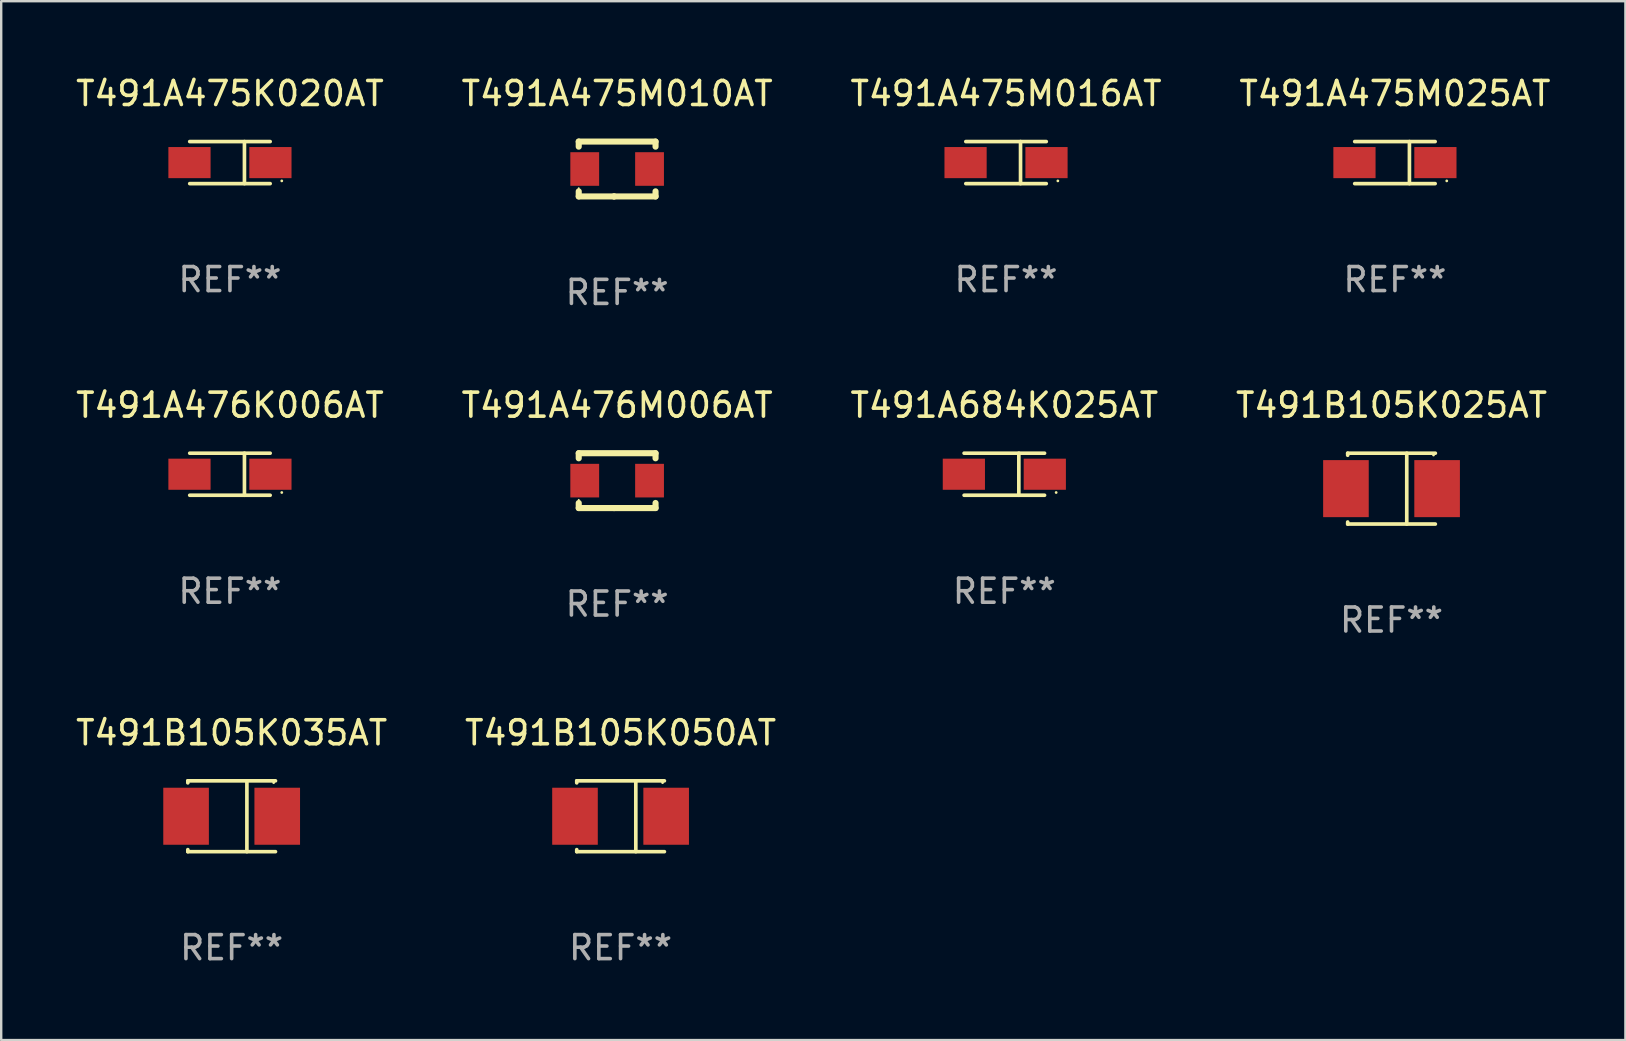
<source format=kicad_pcb>
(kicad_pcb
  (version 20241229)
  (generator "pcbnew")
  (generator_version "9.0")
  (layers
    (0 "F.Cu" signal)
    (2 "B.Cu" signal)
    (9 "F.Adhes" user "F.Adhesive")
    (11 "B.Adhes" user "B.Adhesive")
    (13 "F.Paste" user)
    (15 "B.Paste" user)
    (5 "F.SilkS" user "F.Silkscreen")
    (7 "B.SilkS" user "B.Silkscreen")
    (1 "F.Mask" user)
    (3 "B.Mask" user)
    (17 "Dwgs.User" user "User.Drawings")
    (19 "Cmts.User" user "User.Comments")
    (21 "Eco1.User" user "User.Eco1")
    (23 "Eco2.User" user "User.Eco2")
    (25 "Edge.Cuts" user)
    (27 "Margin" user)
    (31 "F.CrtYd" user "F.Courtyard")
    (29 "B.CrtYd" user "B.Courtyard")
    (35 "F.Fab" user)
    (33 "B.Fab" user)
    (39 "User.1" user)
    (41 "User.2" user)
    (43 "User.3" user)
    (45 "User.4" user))
  (footprint "T491B105K025AT"
    (layer "F.Cu")
    (at 54.923 17.307)
    (property "Reference" "T491B105K025AT" (at 0 -3.476 0) (layer "F.SilkS") (effects (font (size 1 1) (thickness 0.15))))
    (attr through_hole)
    (fp_line (start -1.826 -1.476) (end -1.826 -1.391) (stroke (width 0.152) (type solid)) (layer "F.SilkS"))
    (fp_line (start -1.826 -1.476) (end 1.826 -1.476) (stroke (width 0.152) (type solid)) (layer "F.SilkS"))
    (fp_line (start -1.826 1.476) (end -1.826 1.391) (stroke (width 0.152) (type solid)) (layer "F.SilkS"))
    (fp_line (start -1.826 1.476) (end 1.826 1.476) (stroke (width 0.152) (type solid)) (layer "F.SilkS"))
    (fp_line (start 0.635 -1.476) (end 0.635 1.476) (stroke (width 0.152) (type solid)) (layer "F.SilkS"))
    (fp_circle (center 1.75 -1.4) (end 1.78 -1.4) (stroke (width 0.06) (type solid)) (fill no) (layer "F.SilkS"))
    (fp_text user "REF**" (at 0 5.476 0) (layer "F.Fab") (effects (font (size 1 1) (thickness 0.15))))
    (pad "1" smd rect (at 1.899 0) (size 1.9 2.376) (layers "F.Cu" "F.Mask" "F.Paste"))
    (pad "2" smd rect (at -1.899 0) (size 1.9 2.376) (layers "F.Cu" "F.Mask" "F.Paste")))
  (footprint "T491A476M006AT"
    (layer "F.Cu")
    (at 22.661 16.974)
    (property "Reference" "T491A476M006AT" (at 0 -3.143 0) (layer "F.SilkS") (effects (font (size 1 1) (thickness 0.15))))
    (attr through_hole)
    (fp_line (start -1.6 1.143) (end -0.128 1.143) (stroke (width 0.254) (type solid)) (layer "F.SilkS"))
    (fp_line (start -1.6 -1.143) (end -1.6 -0.931) (stroke (width 0.254) (type solid)) (layer "F.SilkS"))
    (fp_line (start -1.6 -1.143) (end 1.6 -1.143) (stroke (width 0.254) (type solid)) (layer "F.SilkS"))
    (fp_line (start -1.6 0.931) (end -1.6 1.143) (stroke (width 0.254) (type solid)) (layer "F.SilkS"))
    (fp_line (start -0.128 1.143) (end -0.128 1.143) (stroke (width 0.254) (type solid)) (layer "F.SilkS"))
    (fp_line (start -0.128 1.143) (end 1.6 1.143) (stroke (width 0.254) (type solid)) (layer "F.SilkS"))
    (fp_line (start 1.6 -1.143) (end 1.6 -0.931) (stroke (width 0.254) (type solid)) (layer "F.SilkS"))
    (fp_line (start 1.6 0.931) (end 1.6 1.143) (stroke (width 0.254) (type solid)) (layer "F.SilkS"))
    (fp_circle (center -1.6 0.8) (end -1.58 0.8) (stroke (width 0.04) (type solid)) (fill no) (layer "F.SilkS"))
    (fp_text user "REF**" (at 0 5.143 0) (layer "F.Fab") (effects (font (size 1 1) (thickness 0.15))))
    (pad "1" smd rect (at -1.35 0) (size 1.2 1.4) (layers "F.Cu" "F.Mask" "F.Paste"))
    (pad "2" smd rect (at 1.35 0) (size 1.2 1.4) (layers "F.Cu" "F.Mask" "F.Paste")))
  (footprint "T491A475M010AT"
    (layer "F.Cu")
    (at 22.661 3.991)
    (property "Reference" "T491A475M010AT" (at 0 -3.143 0) (layer "F.SilkS") (effects (font (size 1 1) (thickness 0.15))))
    (attr through_hole)
    (fp_line (start -1.6 1.143) (end -0.128 1.143) (stroke (width 0.254) (type solid)) (layer "F.SilkS"))
    (fp_line (start -1.6 -1.143) (end -1.6 -0.931) (stroke (width 0.254) (type solid)) (layer "F.SilkS"))
    (fp_line (start -1.6 -1.143) (end 1.6 -1.143) (stroke (width 0.254) (type solid)) (layer "F.SilkS"))
    (fp_line (start -1.6 0.931) (end -1.6 1.143) (stroke (width 0.254) (type solid)) (layer "F.SilkS"))
    (fp_line (start -0.128 1.143) (end -0.128 1.143) (stroke (width 0.254) (type solid)) (layer "F.SilkS"))
    (fp_line (start -0.128 1.143) (end 1.6 1.143) (stroke (width 0.254) (type solid)) (layer "F.SilkS"))
    (fp_line (start 1.6 -1.143) (end 1.6 -0.931) (stroke (width 0.254) (type solid)) (layer "F.SilkS"))
    (fp_line (start 1.6 0.931) (end 1.6 1.143) (stroke (width 0.254) (type solid)) (layer "F.SilkS"))
    (fp_circle (center -1.6 0.8) (end -1.58 0.8) (stroke (width 0.04) (type solid)) (fill no) (layer "F.SilkS"))
    (fp_text user "REF**" (at 0 5.143 0) (layer "F.Fab") (effects (font (size 1 1) (thickness 0.15))))
    (pad "1" smd rect (at -1.35 0) (size 1.2 1.4) (layers "F.Cu" "F.Mask" "F.Paste"))
    (pad "2" smd rect (at 1.35 0) (size 1.2 1.4) (layers "F.Cu" "F.Mask" "F.Paste")))
  (footprint "T491B105K035AT"
    (layer "F.Cu")
    (at 6.601 30.956)
    (property "Reference" "T491B105K035AT" (at 0 -3.476 0) (layer "F.SilkS") (effects (font (size 1 1) (thickness 0.15))))
    (attr through_hole)
    (fp_line (start -1.826 -1.476) (end -1.826 -1.391) (stroke (width 0.152) (type solid)) (layer "F.SilkS"))
    (fp_line (start -1.826 -1.476) (end 1.826 -1.476) (stroke (width 0.152) (type solid)) (layer "F.SilkS"))
    (fp_line (start -1.826 1.476) (end -1.826 1.391) (stroke (width 0.152) (type solid)) (layer "F.SilkS"))
    (fp_line (start -1.826 1.476) (end 1.826 1.476) (stroke (width 0.152) (type solid)) (layer "F.SilkS"))
    (fp_line (start 0.635 -1.476) (end 0.635 1.476) (stroke (width 0.152) (type solid)) (layer "F.SilkS"))
    (fp_circle (center 1.75 -1.4) (end 1.78 -1.4) (stroke (width 0.06) (type solid)) (fill no) (layer "F.SilkS"))
    (fp_text user "REF**" (at 0 5.476 0) (layer "F.Fab") (effects (font (size 1 1) (thickness 0.15))))
    (pad "1" smd rect (at 1.899 0) (size 1.9 2.376) (layers "F.Cu" "F.Mask" "F.Paste"))
    (pad "2" smd rect (at -1.899 0) (size 1.9 2.376) (layers "F.Cu" "F.Mask" "F.Paste")))
  (footprint "T491A475M025AT"
    (layer "F.Cu")
    (at 55.065 3.724)
    (property "Reference" "T491A475M025AT" (at 0 -2.876 0) (layer "F.SilkS") (effects (font (size 1 1) (thickness 0.15))))
    (attr through_hole)
    (fp_line (start -1.676 -0.876) (end 1.676 -0.876) (stroke (width 0.152) (type solid)) (layer "F.SilkS"))
    (fp_line (start -1.676 0.876) (end 1.676 0.876) (stroke (width 0.152) (type solid)) (layer "F.SilkS"))
    (fp_line (start 0.604 -0.876) (end 0.604 0.876) (stroke (width 0.152) (type solid)) (layer "F.SilkS"))
    (fp_circle (center 2.159 0.762) (end 2.189 0.762) (stroke (width 0.06) (type solid)) (fill no) (layer "F.SilkS"))
    (fp_text user "REF**" (at 0 4.876 0) (layer "F.Fab") (effects (font (size 1 1) (thickness 0.15))))
    (pad "1" smd rect (at 1.686 0) (size 1.758 1.296) (layers "F.Cu" "F.Mask" "F.Paste"))
    (pad "2" smd rect (at -1.686 0) (size 1.758 1.296) (layers "F.Cu" "F.Mask" "F.Paste")))
  (footprint "T491A475M016AT"
    (layer "F.Cu")
    (at 38.863 3.724)
    (property "Reference" "T491A475M016AT" (at 0 -2.876 0) (layer "F.SilkS") (effects (font (size 1 1) (thickness 0.15))))
    (attr through_hole)
    (fp_line (start -1.676 -0.876) (end 1.676 -0.876) (stroke (width 0.152) (type solid)) (layer "F.SilkS"))
    (fp_line (start -1.676 0.876) (end 1.676 0.876) (stroke (width 0.152) (type solid)) (layer "F.SilkS"))
    (fp_line (start 0.604 -0.876) (end 0.604 0.876) (stroke (width 0.152) (type solid)) (layer "F.SilkS"))
    (fp_circle (center 2.159 0.762) (end 2.189 0.762) (stroke (width 0.06) (type solid)) (fill no) (layer "F.SilkS"))
    (fp_text user "REF**" (at 0 4.876 0) (layer "F.Fab") (effects (font (size 1 1) (thickness 0.15))))
    (pad "1" smd rect (at 1.686 0) (size 1.758 1.296) (layers "F.Cu" "F.Mask" "F.Paste"))
    (pad "2" smd rect (at -1.686 0) (size 1.758 1.296) (layers "F.Cu" "F.Mask" "F.Paste")))
  (footprint "T491B105K050AT"
    (layer "F.Cu")
    (at 22.804 30.956)
    (property "Reference" "T491B105K050AT" (at 0 -3.476 0) (layer "F.SilkS") (effects (font (size 1 1) (thickness 0.15))))
    (attr through_hole)
    (fp_line (start -1.826 -1.476) (end -1.826 -1.391) (stroke (width 0.152) (type solid)) (layer "F.SilkS"))
    (fp_line (start -1.826 -1.476) (end 1.826 -1.476) (stroke (width 0.152) (type solid)) (layer "F.SilkS"))
    (fp_line (start -1.826 1.476) (end -1.826 1.391) (stroke (width 0.152) (type solid)) (layer "F.SilkS"))
    (fp_line (start -1.826 1.476) (end 1.826 1.476) (stroke (width 0.152) (type solid)) (layer "F.SilkS"))
    (fp_line (start 0.635 -1.476) (end 0.635 1.476) (stroke (width 0.152) (type solid)) (layer "F.SilkS"))
    (fp_circle (center 1.75 -1.4) (end 1.78 -1.4) (stroke (width 0.06) (type solid)) (fill no) (layer "F.SilkS"))
    (fp_text user "REF**" (at 0 5.476 0) (layer "F.Fab") (effects (font (size 1 1) (thickness 0.15))))
    (pad "1" smd rect (at 1.899 0) (size 1.9 2.376) (layers "F.Cu" "F.Mask" "F.Paste"))
    (pad "2" smd rect (at -1.899 0) (size 1.9 2.376) (layers "F.Cu" "F.Mask" "F.Paste")))
  (footprint "T491A684K025AT"
    (layer "F.Cu")
    (at 38.792 16.707)
    (property "Reference" "T491A684K025AT" (at 0 -2.876 0) (layer "F.SilkS") (effects (font (size 1 1) (thickness 0.15))))
    (attr through_hole)
    (fp_line (start -1.676 -0.876) (end 1.676 -0.876) (stroke (width 0.152) (type solid)) (layer "F.SilkS"))
    (fp_line (start -1.676 0.876) (end 1.676 0.876) (stroke (width 0.152) (type solid)) (layer "F.SilkS"))
    (fp_line (start 0.604 -0.876) (end 0.604 0.876) (stroke (width 0.152) (type solid)) (layer "F.SilkS"))
    (fp_circle (center 2.159 0.762) (end 2.189 0.762) (stroke (width 0.06) (type solid)) (fill no) (layer "F.SilkS"))
    (fp_text user "REF**" (at 0 4.876 0) (layer "F.Fab") (effects (font (size 1 1) (thickness 0.15))))
    (pad "1" smd rect (at 1.686 0) (size 1.758 1.296) (layers "F.Cu" "F.Mask" "F.Paste"))
    (pad "2" smd rect (at -1.686 0) (size 1.758 1.296) (layers "F.Cu" "F.Mask" "F.Paste")))
  (footprint "T491A476K006AT"
    (layer "F.Cu")
    (at 6.53 16.707)
    (property "Reference" "T491A476K006AT" (at 0 -2.876 0) (layer "F.SilkS") (effects (font (size 1 1) (thickness 0.15))))
    (attr through_hole)
    (fp_line (start -1.676 -0.876) (end 1.676 -0.876) (stroke (width 0.152) (type solid)) (layer "F.SilkS"))
    (fp_line (start -1.676 0.876) (end 1.676 0.876) (stroke (width 0.152) (type solid)) (layer "F.SilkS"))
    (fp_line (start 0.604 -0.876) (end 0.604 0.876) (stroke (width 0.152) (type solid)) (layer "F.SilkS"))
    (fp_circle (center 2.159 0.762) (end 2.189 0.762) (stroke (width 0.06) (type solid)) (fill no) (layer "F.SilkS"))
    (fp_text user "REF**" (at 0 4.876 0) (layer "F.Fab") (effects (font (size 1 1) (thickness 0.15))))
    (pad "1" smd rect (at 1.686 0) (size 1.758 1.296) (layers "F.Cu" "F.Mask" "F.Paste"))
    (pad "2" smd rect (at -1.686 0) (size 1.758 1.296) (layers "F.Cu" "F.Mask" "F.Paste")))
  (footprint "T491A475K020AT"
    (layer "F.Cu")
    (at 6.53 3.724)
    (property "Reference" "T491A475K020AT" (at 0 -2.876 0) (layer "F.SilkS") (effects (font (size 1 1) (thickness 0.15))))
    (attr through_hole)
    (fp_line (start -1.676 -0.876) (end 1.676 -0.876) (stroke (width 0.152) (type solid)) (layer "F.SilkS"))
    (fp_line (start -1.676 0.876) (end 1.676 0.876) (stroke (width 0.152) (type solid)) (layer "F.SilkS"))
    (fp_line (start 0.604 -0.876) (end 0.604 0.876) (stroke (width 0.152) (type solid)) (layer "F.SilkS"))
    (fp_circle (center 2.159 0.762) (end 2.189 0.762) (stroke (width 0.06) (type solid)) (fill no) (layer "F.SilkS"))
    (fp_text user "REF**" (at 0 4.876 0) (layer "F.Fab") (effects (font (size 1 1) (thickness 0.15))))
    (pad "1" smd rect (at 1.686 0) (size 1.758 1.296) (layers "F.Cu" "F.Mask" "F.Paste"))
    (pad "2" smd rect (at -1.686 0) (size 1.758 1.296) (layers "F.Cu" "F.Mask" "F.Paste")))
  (gr_rect
    (start -3 -3)
    (end 64.667 40.28)
    (stroke (width 0.1) (type default))
    (fill no)
    (layer "Edge.Cuts")))
</source>
